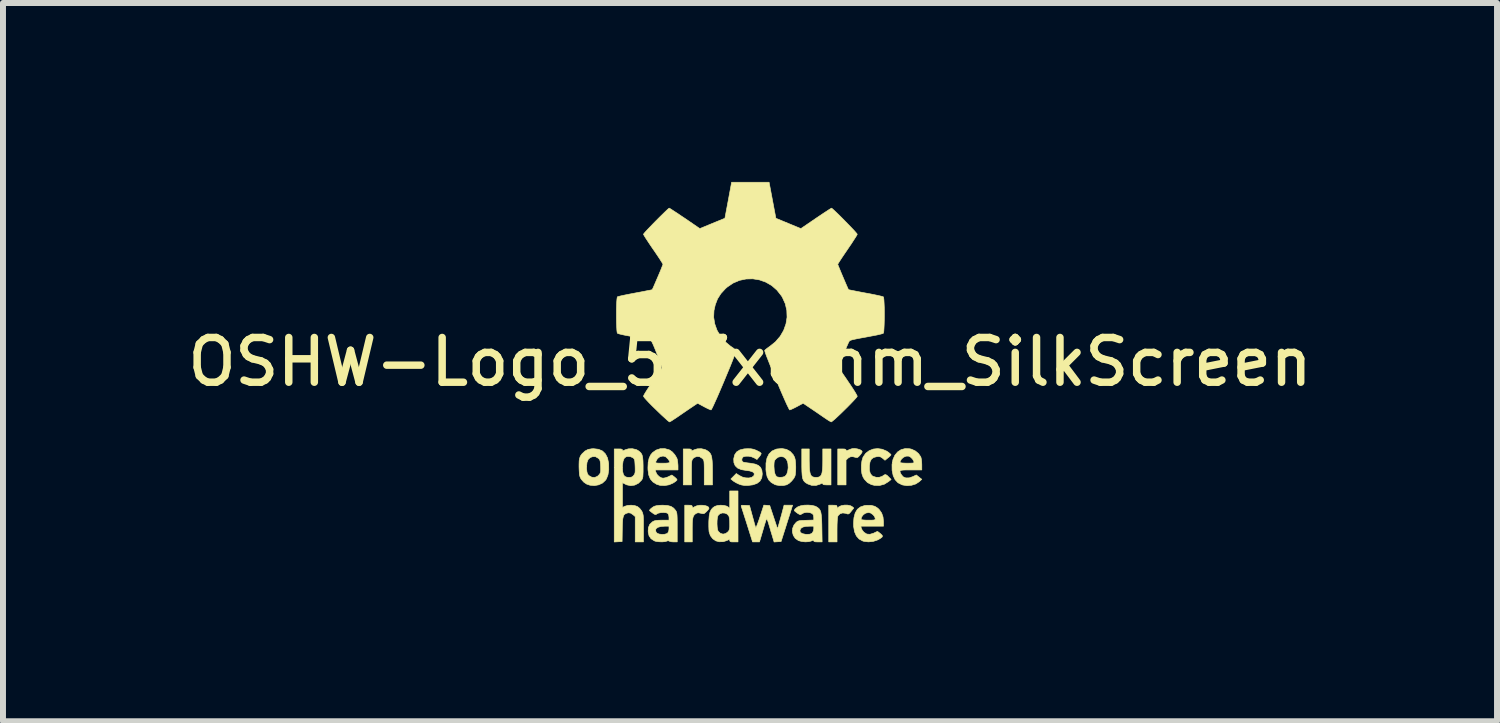
<source format=kicad_pcb>
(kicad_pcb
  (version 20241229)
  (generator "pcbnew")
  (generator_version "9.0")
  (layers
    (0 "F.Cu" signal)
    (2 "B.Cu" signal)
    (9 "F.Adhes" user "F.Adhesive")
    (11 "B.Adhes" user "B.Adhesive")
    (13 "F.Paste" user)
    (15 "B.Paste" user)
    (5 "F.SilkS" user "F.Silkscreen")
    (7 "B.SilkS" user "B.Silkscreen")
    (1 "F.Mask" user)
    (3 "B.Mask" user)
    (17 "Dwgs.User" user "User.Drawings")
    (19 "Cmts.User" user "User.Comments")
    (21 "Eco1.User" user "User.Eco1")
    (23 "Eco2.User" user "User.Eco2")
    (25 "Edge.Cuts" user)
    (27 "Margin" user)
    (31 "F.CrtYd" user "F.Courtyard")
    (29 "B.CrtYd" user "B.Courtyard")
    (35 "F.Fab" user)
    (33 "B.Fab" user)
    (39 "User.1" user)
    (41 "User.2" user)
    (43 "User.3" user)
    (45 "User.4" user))
  (footprint "OSHW-Logo_5.7x6mm_SilkScreen"
    (layer "F.Cu")
    (at 9.523 3.017)
    (property "Reference" "OSHW-Logo_5.7x6mm_SilkScreen" (at 0 0 0) (layer "F.SilkS") (effects (font (size 0.75 0.75) (thickness 0.125))))
    (attr exclude_from_pos_files exclude_from_bom)
    (fp_poly (pts (xy 1.799 1.458) (xy 1.843 1.471) (xy 1.871 1.488) (xy 1.88 1.501) (xy 1.877 1.517) (xy 1.861 1.541) (xy 1.847 1.559) (xy 1.819 1.59) (xy 1.798 1.604) (xy 1.78 1.603) (xy 1.726 1.589) (xy 1.687 1.59) (xy 1.655 1.605) (xy 1.644 1.614) (xy 1.61 1.646) (xy 1.61 2.062) (xy 1.471 2.062) (xy 1.471 1.459) (xy 1.54 1.459) (xy 1.582 1.46) (xy 1.603 1.466) (xy 1.61 1.477) (xy 1.61 1.478) (xy 1.612 1.49) (xy 1.626 1.488) (xy 1.644 1.48) (xy 1.682 1.464) (xy 1.713 1.454) (xy 1.753 1.451) (xy 1.799 1.458)) (stroke (width 0.01) (type solid)) (fill yes) (layer "F.SilkS"))
    (fp_poly (pts (xy 1.635 2.401) (xy 1.684 2.411) (xy 1.711 2.425) (xy 1.74 2.449) (xy 1.699 2.501) (xy 1.673 2.532) (xy 1.656 2.547) (xy 1.639 2.55) (xy 1.614 2.542) (xy 1.602 2.538) (xy 1.554 2.532) (xy 1.51 2.545) (xy 1.478 2.576) (xy 1.473 2.585) (xy 1.467 2.611) (xy 1.463 2.659) (xy 1.46 2.725) (xy 1.459 2.806) (xy 1.459 2.817) (xy 1.459 3.018) (xy 1.32 3.018) (xy 1.32 2.402) (xy 1.389 2.402) (xy 1.429 2.403) (xy 1.45 2.407) (xy 1.458 2.418) (xy 1.459 2.428) (xy 1.459 2.454) (xy 1.492 2.428) (xy 1.53 2.41) (xy 1.581 2.401) (xy 1.635 2.401)) (stroke (width 0.01) (type solid)) (fill yes) (layer "F.SilkS"))
    (fp_poly (pts (xy -0.993 2.403) (xy -0.975 2.409) (xy -0.968 2.421) (xy -0.968 2.427) (xy -0.967 2.442) (xy -0.96 2.445) (xy -0.939 2.434) (xy -0.927 2.427) (xy -0.889 2.411) (xy -0.844 2.403) (xy -0.797 2.403) (xy -0.752 2.409) (xy -0.716 2.42) (xy -0.693 2.436) (xy -0.688 2.456) (xy -0.69 2.462) (xy -0.707 2.485) (xy -0.733 2.513) (xy -0.738 2.517) (xy -0.762 2.538) (xy -0.784 2.545) (xy -0.814 2.54) (xy -0.826 2.537) (xy -0.863 2.529) (xy -0.889 2.533) (xy -0.911 2.545) (xy -0.931 2.561) (xy -0.946 2.581) (xy -0.956 2.609) (xy -0.963 2.648) (xy -0.967 2.704) (xy -0.968 2.779) (xy -0.968 2.824) (xy -0.968 3.018) (xy -1.094 3.018) (xy -1.094 2.402) (xy -1.031 2.402) (xy -0.993 2.403)) (stroke (width 0.01) (type solid)) (fill yes) (layer "F.SilkS"))
    (fp_poly (pts (xy 0.993 1.654) (xy 0.995 1.747) (xy 0.999 1.817) (xy 1.008 1.867) (xy 1.022 1.902) (xy 1.042 1.923) (xy 1.071 1.933) (xy 1.107 1.936) (xy 1.144 1.933) (xy 1.172 1.922) (xy 1.192 1.9) (xy 1.206 1.865) (xy 1.214 1.814) (xy 1.219 1.742) (xy 1.22 1.654) (xy 1.22 1.459) (xy 1.358 1.459) (xy 1.358 2.062) (xy 1.289 2.062) (xy 1.247 2.06) (xy 1.226 2.055) (xy 1.22 2.043) (xy 1.216 2.033) (xy 1.202 2.035) (xy 1.173 2.05) (xy 1.106 2.071) (xy 1.036 2.07) (xy 0.968 2.046) (xy 0.936 2.027) (xy 0.912 2.007) (xy 0.894 1.982) (xy 0.881 1.947) (xy 0.874 1.901) (xy 0.87 1.839) (xy 0.868 1.758) (xy 0.868 1.695) (xy 0.868 1.459) (xy 0.993 1.459) (xy 0.993 1.654)) (stroke (width 0.01) (type solid)) (fill yes) (layer "F.SilkS"))
    (fp_poly (pts (xy -0.754 1.469) (xy -0.723 1.484) (xy -0.692 1.506) (xy -0.669 1.53) (xy -0.652 1.562) (xy -0.641 1.604) (xy -0.634 1.66) (xy -0.63 1.734) (xy -0.629 1.829) (xy -0.629 1.839) (xy -0.629 2.062) (xy -0.767 2.062) (xy -0.767 1.856) (xy -0.767 1.78) (xy -0.768 1.725) (xy -0.77 1.687) (xy -0.773 1.661) (xy -0.779 1.643) (xy -0.788 1.63) (xy -0.8 1.618) (xy -0.843 1.59) (xy -0.89 1.585) (xy -0.934 1.602) (xy -0.95 1.615) (xy -0.961 1.627) (xy -0.969 1.641) (xy -0.975 1.659) (xy -0.978 1.686) (xy -0.98 1.726) (xy -0.981 1.784) (xy -0.981 1.854) (xy -0.981 2.062) (xy -1.119 2.062) (xy -1.119 1.459) (xy -1.05 1.459) (xy -1.008 1.46) (xy -0.987 1.466) (xy -0.981 1.477) (xy -0.981 1.478) (xy -0.978 1.489) (xy -0.965 1.488) (xy -0.94 1.475) (xy -0.883 1.457) (xy -0.817 1.455) (xy -0.754 1.469)) (stroke (width 0.01) (type solid)) (fill yes) (layer "F.SilkS"))
    (fp_poly (pts (xy 2.217 1.464) (xy 2.29 1.495) (xy 2.313 1.51) (xy 2.342 1.533) (xy 2.361 1.551) (xy 2.364 1.557) (xy 2.355 1.57) (xy 2.332 1.593) (xy 2.313 1.608) (xy 2.263 1.649) (xy 2.223 1.615) (xy 2.192 1.594) (xy 2.162 1.586) (xy 2.127 1.588) (xy 2.073 1.602) (xy 2.035 1.63) (xy 2.012 1.675) (xy 2.002 1.741) (xy 2.002 1.741) (xy 2.002 1.815) (xy 2.016 1.869) (xy 2.044 1.906) (xy 2.063 1.918) (xy 2.114 1.934) (xy 2.168 1.934) (xy 2.215 1.919) (xy 2.226 1.911) (xy 2.253 1.893) (xy 2.275 1.889) (xy 2.299 1.903) (xy 2.325 1.929) (xy 2.366 1.971) (xy 2.32 2.008) (xy 2.25 2.051) (xy 2.17 2.072) (xy 2.087 2.07) (xy 2.033 2.056) (xy 1.969 2.022) (xy 1.918 1.968) (xy 1.895 1.93) (xy 1.876 1.876) (xy 1.867 1.806) (xy 1.867 1.731) (xy 1.876 1.659) (xy 1.894 1.599) (xy 1.897 1.593) (xy 1.94 1.532) (xy 1.998 1.488) (xy 2.067 1.461) (xy 2.141 1.453) (xy 2.217 1.464)) (stroke (width 0.01) (type solid)) (fill yes) (layer "F.SilkS"))
    (fp_poly (pts (xy 0.611 1.466) (xy 0.674 1.501) (xy 0.724 1.555) (xy 0.748 1.6) (xy 0.758 1.639) (xy 0.764 1.695) (xy 0.767 1.76) (xy 0.766 1.824) (xy 0.761 1.881) (xy 0.755 1.912) (xy 0.734 1.953) (xy 0.698 1.997) (xy 0.656 2.036) (xy 0.613 2.061) (xy 0.612 2.061) (xy 0.56 2.072) (xy 0.497 2.073) (xy 0.438 2.063) (xy 0.415 2.055) (xy 0.356 2.021) (xy 0.314 1.978) (xy 0.286 1.92) (xy 0.271 1.844) (xy 0.267 1.804) (xy 0.268 1.754) (xy 0.402 1.754) (xy 0.407 1.827) (xy 0.42 1.882) (xy 0.441 1.918) (xy 0.456 1.928) (xy 0.493 1.935) (xy 0.539 1.933) (xy 0.577 1.923) (xy 0.588 1.917) (xy 0.615 1.885) (xy 0.632 1.835) (xy 0.64 1.774) (xy 0.636 1.708) (xy 0.628 1.669) (xy 0.604 1.624) (xy 0.567 1.595) (xy 0.522 1.586) (xy 0.475 1.596) (xy 0.439 1.621) (xy 0.42 1.642) (xy 0.409 1.662) (xy 0.404 1.69) (xy 0.402 1.733) (xy 0.402 1.754) (xy 0.268 1.754) (xy 0.268 1.698) (xy 0.285 1.611) (xy 0.319 1.543) (xy 0.369 1.494) (xy 0.435 1.464) (xy 0.45 1.46) (xy 0.535 1.452) (xy 0.611 1.466)) (stroke (width 0.01) (type solid)) (fill yes) (layer "F.SilkS"))
    (fp_poly (pts (xy 0.282 2.404) (xy 0.331 2.408) (xy 0.461 2.798) (xy 0.482 2.729) (xy 0.494 2.686) (xy 0.51 2.628) (xy 0.528 2.565) (xy 0.537 2.531) (xy 0.571 2.402) (xy 0.714 2.402) (xy 0.672 2.537) (xy 0.651 2.603) (xy 0.625 2.684) (xy 0.599 2.767) (xy 0.575 2.842) (xy 0.521 3.012) (xy 0.463 3.015) (xy 0.404 3.019) (xy 0.373 2.915) (xy 0.353 2.85) (xy 0.332 2.778) (xy 0.313 2.715) (xy 0.313 2.713) (xy 0.299 2.67) (xy 0.286 2.641) (xy 0.278 2.63) (xy 0.276 2.631) (xy 0.27 2.648) (xy 0.258 2.685) (xy 0.242 2.736) (xy 0.224 2.798) (xy 0.214 2.832) (xy 0.159 3.018) (xy 0.043 3.018) (xy -0.049 2.725) (xy -0.075 2.643) (xy -0.099 2.569) (xy -0.119 2.506) (xy -0.135 2.457) (xy -0.145 2.426) (xy -0.148 2.417) (xy -0.146 2.407) (xy -0.127 2.403) (xy -0.087 2.404) (xy -0.081 2.404) (xy -0.008 2.408) (xy 0.04 2.584) (xy 0.058 2.648) (xy 0.073 2.705) (xy 0.086 2.748) (xy 0.094 2.775) (xy 0.095 2.779) (xy 0.101 2.774) (xy 0.113 2.749) (xy 0.13 2.706) (xy 0.15 2.65) (xy 0.167 2.599) (xy 0.232 2.401) (xy 0.282 2.404)) (stroke (width 0.01) (type solid)) (fill yes) (layer "F.SilkS"))
    (fp_poly (pts (xy -2.538 1.465) (xy -2.472 1.494) (xy -2.423 1.543) (xy -2.388 1.611) (xy -2.37 1.699) (xy -2.369 1.712) (xy -2.368 1.809) (xy -2.381 1.894) (xy -2.408 1.962) (xy -2.423 1.984) (xy -2.473 2.031) (xy -2.538 2.061) (xy -2.61 2.074) (xy -2.683 2.067) (xy -2.739 2.048) (xy -2.787 2.015) (xy -2.826 1.971) (xy -2.827 1.97) (xy -2.843 1.943) (xy -2.853 1.916) (xy -2.86 1.882) (xy -2.863 1.834) (xy -2.865 1.795) (xy -2.866 1.759) (xy -2.74 1.759) (xy -2.739 1.795) (xy -2.734 1.842) (xy -2.726 1.872) (xy -2.712 1.894) (xy -2.699 1.907) (xy -2.652 1.933) (xy -2.603 1.937) (xy -2.557 1.918) (xy -2.534 1.896) (xy -2.517 1.875) (xy -2.507 1.854) (xy -2.503 1.828) (xy -2.503 1.788) (xy -2.504 1.751) (xy -2.507 1.698) (xy -2.512 1.664) (xy -2.52 1.641) (xy -2.533 1.624) (xy -2.544 1.615) (xy -2.589 1.589) (xy -2.637 1.588) (xy -2.678 1.603) (xy -2.713 1.635) (xy -2.733 1.687) (xy -2.74 1.759) (xy -2.866 1.759) (xy -2.866 1.717) (xy -2.864 1.658) (xy -2.856 1.614) (xy -2.843 1.579) (xy -2.822 1.549) (xy -2.814 1.539) (xy -2.766 1.494) (xy -2.714 1.467) (xy -2.651 1.456) (xy -2.62 1.455) (xy -2.538 1.465)) (stroke (width 0.01) (type solid)) (fill yes) (layer "F.SilkS"))
    (fp_poly (pts (xy -0.201 3.018) (xy -0.27 3.018) (xy -0.31 3.017) (xy -0.331 3.012) (xy -0.339 3.001) (xy -0.34 2.994) (xy -0.341 2.98) (xy -0.349 2.977) (xy -0.37 2.986) (xy -0.386 2.994) (xy -0.449 3.014) (xy -0.517 3.015) (xy -0.573 3) (xy -0.624 2.965) (xy -0.664 2.913) (xy -0.685 2.851) (xy -0.686 2.848) (xy -0.689 2.811) (xy -0.691 2.757) (xy -0.691 2.716) (xy -0.553 2.716) (xy -0.55 2.77) (xy -0.543 2.815) (xy -0.533 2.84) (xy -0.496 2.874) (xy -0.452 2.887) (xy -0.407 2.877) (xy -0.368 2.847) (xy -0.353 2.827) (xy -0.345 2.803) (xy -0.34 2.768) (xy -0.34 2.716) (xy -0.341 2.664) (xy -0.346 2.619) (xy -0.353 2.588) (xy -0.354 2.585) (xy -0.38 2.553) (xy -0.42 2.535) (xy -0.463 2.532) (xy -0.504 2.545) (xy -0.534 2.573) (xy -0.537 2.578) (xy -0.547 2.612) (xy -0.552 2.661) (xy -0.553 2.716) (xy -0.691 2.716) (xy -0.691 2.696) (xy -0.69 2.663) (xy -0.684 2.581) (xy -0.671 2.52) (xy -0.649 2.474) (xy -0.618 2.441) (xy -0.587 2.421) (xy -0.544 2.407) (xy -0.491 2.402) (xy -0.436 2.406) (xy -0.39 2.418) (xy -0.365 2.433) (xy -0.34 2.456) (xy -0.34 2.163) (xy -0.201 2.163) (xy -0.201 3.018)) (stroke (width 0.01) (type solid)) (fill yes) (layer "F.SilkS"))
    (fp_poly (pts (xy 2.678 1.456) (xy 2.71 1.464) (xy 2.772 1.493) (xy 2.825 1.537) (xy 2.861 1.589) (xy 2.866 1.601) (xy 2.873 1.632) (xy 2.878 1.677) (xy 2.88 1.723) (xy 2.88 1.811) (xy 2.697 1.811) (xy 2.622 1.811) (xy 2.569 1.813) (xy 2.535 1.817) (xy 2.518 1.826) (xy 2.514 1.84) (xy 2.521 1.86) (xy 2.533 1.884) (xy 2.566 1.925) (xy 2.612 1.945) (xy 2.669 1.944) (xy 2.733 1.922) (xy 2.788 1.895) (xy 2.834 1.932) (xy 2.88 1.968) (xy 2.837 2.008) (xy 2.779 2.046) (xy 2.708 2.068) (xy 2.632 2.075) (xy 2.558 2.063) (xy 2.546 2.059) (xy 2.481 2.026) (xy 2.433 1.975) (xy 2.4 1.906) (xy 2.382 1.818) (xy 2.382 1.816) (xy 2.381 1.72) (xy 2.387 1.686) (xy 2.515 1.686) (xy 2.527 1.691) (xy 2.558 1.695) (xy 2.605 1.697) (xy 2.635 1.698) (xy 2.691 1.697) (xy 2.725 1.696) (xy 2.744 1.692) (xy 2.75 1.685) (xy 2.748 1.674) (xy 2.747 1.669) (xy 2.724 1.627) (xy 2.689 1.594) (xy 2.658 1.579) (xy 2.616 1.58) (xy 2.574 1.598) (xy 2.539 1.629) (xy 2.518 1.666) (xy 2.515 1.686) (xy 2.387 1.686) (xy 2.397 1.635) (xy 2.429 1.564) (xy 2.475 1.509) (xy 2.533 1.471) (xy 2.601 1.453) (xy 2.678 1.456)) (stroke (width 0.01) (type solid)) (fill yes) (layer "F.SilkS"))
    (fp_poly (pts (xy 0.014 1.456) (xy 0.062 1.465) (xy 0.111 1.484) (xy 0.116 1.487) (xy 0.154 1.506) (xy 0.18 1.525) (xy 0.188 1.537) (xy 0.18 1.556) (xy 0.161 1.584) (xy 0.152 1.594) (xy 0.117 1.636) (xy 0.071 1.609) (xy 0.027 1.591) (xy -0.023 1.581) (xy -0.071 1.581) (xy -0.109 1.59) (xy -0.117 1.595) (xy -0.135 1.621) (xy -0.137 1.651) (xy -0.124 1.674) (xy -0.116 1.679) (xy -0.094 1.684) (xy -0.054 1.691) (xy -0.005 1.697) (xy 0.004 1.698) (xy 0.083 1.712) (xy 0.14 1.735) (xy 0.178 1.77) (xy 0.199 1.818) (xy 0.206 1.878) (xy 0.197 1.945) (xy 0.167 1.998) (xy 0.117 2.037) (xy 0.047 2.061) (xy -0.031 2.071) (xy -0.095 2.071) (xy -0.147 2.062) (xy -0.182 2.05) (xy -0.227 2.029) (xy -0.268 2.005) (xy -0.283 1.994) (xy -0.321 1.963) (xy -0.275 1.917) (xy -0.23 1.871) (xy -0.178 1.905) (xy -0.126 1.931) (xy -0.071 1.944) (xy -0.017 1.946) (xy 0.028 1.935) (xy 0.06 1.914) (xy 0.07 1.895) (xy 0.069 1.865) (xy 0.043 1.843) (xy -0.007 1.827) (xy -0.061 1.82) (xy -0.145 1.806) (xy -0.207 1.78) (xy -0.248 1.741) (xy -0.27 1.688) (xy -0.273 1.625) (xy -0.258 1.56) (xy -0.225 1.51) (xy -0.171 1.476) (xy -0.099 1.458) (xy -0.045 1.455) (xy 0.014 1.456)) (stroke (width 0.01) (type solid)) (fill yes) (layer "F.SilkS"))
    (fp_poly (pts (xy 2.033 2.405) (xy 2.093 2.421) (xy 2.143 2.453) (xy 2.167 2.477) (xy 2.207 2.534) (xy 2.23 2.6) (xy 2.238 2.681) (xy 2.238 2.688) (xy 2.238 2.754) (xy 1.858 2.754) (xy 1.866 2.788) (xy 1.881 2.82) (xy 1.907 2.852) (xy 1.912 2.857) (xy 1.958 2.886) (xy 2.01 2.89) (xy 2.071 2.872) (xy 2.081 2.867) (xy 2.112 2.852) (xy 2.133 2.843) (xy 2.137 2.842) (xy 2.15 2.85) (xy 2.174 2.869) (xy 2.187 2.879) (xy 2.212 2.903) (xy 2.221 2.919) (xy 2.215 2.934) (xy 2.212 2.938) (xy 2.191 2.955) (xy 2.156 2.976) (xy 2.131 2.988) (xy 2.062 3.01) (xy 1.985 3.017) (xy 1.913 3.009) (xy 1.892 3.003) (xy 1.829 2.969) (xy 1.783 2.917) (xy 1.752 2.846) (xy 1.737 2.757) (xy 1.736 2.71) (xy 1.74 2.641) (xy 1.861 2.641) (xy 1.873 2.646) (xy 1.904 2.65) (xy 1.95 2.653) (xy 1.98 2.653) (xy 2.036 2.653) (xy 2.071 2.651) (xy 2.09 2.647) (xy 2.098 2.639) (xy 2.1 2.628) (xy 2.089 2.594) (xy 2.062 2.561) (xy 2.026 2.535) (xy 1.991 2.525) (xy 1.942 2.534) (xy 1.9 2.561) (xy 1.871 2.6) (xy 1.861 2.641) (xy 1.74 2.641) (xy 1.743 2.61) (xy 1.764 2.531) (xy 1.8 2.471) (xy 1.852 2.431) (xy 1.92 2.408) (xy 1.957 2.404) (xy 2.033 2.405)) (stroke (width 0.01) (type solid)) (fill yes) (layer "F.SilkS"))
    (fp_poly (pts (xy -1.357 1.473) (xy -1.344 1.479) (xy -1.301 1.51) (xy -1.26 1.557) (xy -1.229 1.608) (xy -1.22 1.631) (xy -1.213 1.673) (xy -1.208 1.724) (xy -1.207 1.745) (xy -1.207 1.811) (xy -1.587 1.811) (xy -1.579 1.845) (xy -1.559 1.886) (xy -1.524 1.922) (xy -1.483 1.944) (xy -1.457 1.949) (xy -1.421 1.943) (xy -1.378 1.929) (xy -1.364 1.922) (xy -1.31 1.896) (xy -1.265 1.93) (xy -1.238 1.954) (xy -1.224 1.973) (xy -1.223 1.979) (xy -1.236 1.993) (xy -1.263 2.014) (xy -1.288 2.03) (xy -1.356 2.06) (xy -1.431 2.073) (xy -1.506 2.07) (xy -1.565 2.052) (xy -1.627 2.013) (xy -1.671 1.962) (xy -1.698 1.895) (xy -1.71 1.811) (xy -1.711 1.773) (xy -1.707 1.685) (xy -1.706 1.682) (xy -1.581 1.682) (xy -1.577 1.691) (xy -1.563 1.695) (xy -1.533 1.697) (xy -1.485 1.698) (xy -1.466 1.698) (xy -1.408 1.697) (xy -1.372 1.694) (xy -1.353 1.689) (xy -1.346 1.681) (xy -1.345 1.679) (xy -1.353 1.658) (xy -1.373 1.63) (xy -1.382 1.62) (xy -1.413 1.591) (xy -1.446 1.58) (xy -1.464 1.579) (xy -1.512 1.591) (xy -1.552 1.622) (xy -1.577 1.668) (xy -1.578 1.669) (xy -1.581 1.682) (xy -1.706 1.682) (xy -1.692 1.616) (xy -1.666 1.56) (xy -1.634 1.521) (xy -1.574 1.478) (xy -1.504 1.455) (xy -1.43 1.453) (xy -1.357 1.473)) (stroke (width 0.01) (type solid)) (fill yes) (layer "F.SilkS"))
    (fp_poly (pts (xy 1.038 2.405) (xy 1.091 2.418) (xy 1.107 2.425) (xy 1.136 2.443) (xy 1.159 2.463) (xy 1.176 2.489) (xy 1.188 2.524) (xy 1.196 2.572) (xy 1.201 2.636) (xy 1.204 2.72) (xy 1.205 2.776) (xy 1.209 3.018) (xy 1.139 3.018) (xy 1.096 3.016) (xy 1.074 3.01) (xy 1.069 3) (xy 1.066 2.989) (xy 1.052 2.991) (xy 1.034 3) (xy 0.989 3.013) (xy 0.93 3.017) (xy 0.868 3.011) (xy 0.814 2.996) (xy 0.809 2.993) (xy 0.759 2.958) (xy 0.726 2.909) (xy 0.711 2.852) (xy 0.712 2.832) (xy 0.836 2.832) (xy 0.846 2.859) (xy 0.879 2.879) (xy 0.931 2.89) (xy 0.959 2.891) (xy 1.005 2.888) (xy 1.036 2.874) (xy 1.044 2.867) (xy 1.064 2.831) (xy 1.069 2.798) (xy 1.069 2.754) (xy 1.008 2.754) (xy 0.936 2.757) (xy 0.886 2.769) (xy 0.855 2.789) (xy 0.848 2.798) (xy 0.836 2.832) (xy 0.712 2.832) (xy 0.714 2.792) (xy 0.737 2.735) (xy 0.768 2.697) (xy 0.786 2.68) (xy 0.805 2.669) (xy 0.829 2.662) (xy 0.864 2.658) (xy 0.917 2.656) (xy 0.938 2.655) (xy 1.069 2.651) (xy 1.069 2.611) (xy 1.064 2.569) (xy 1.045 2.544) (xy 1.008 2.528) (xy 1.007 2.528) (xy 0.954 2.521) (xy 0.903 2.53) (xy 0.865 2.55) (xy 0.849 2.56) (xy 0.833 2.558) (xy 0.807 2.544) (xy 0.792 2.534) (xy 0.763 2.512) (xy 0.745 2.496) (xy 0.742 2.491) (xy 0.754 2.467) (xy 0.789 2.438) (xy 0.805 2.428) (xy 0.849 2.412) (xy 0.908 2.402) (xy 0.974 2.4) (xy 1.038 2.405)) (stroke (width 0.01) (type solid)) (fill yes) (layer "F.SilkS"))
    (fp_poly (pts (xy -1.384 2.407) (xy -1.325 2.422) (xy -1.28 2.451) (xy -1.248 2.488) (xy -1.238 2.504) (xy -1.231 2.521) (xy -1.226 2.543) (xy -1.223 2.573) (xy -1.221 2.615) (xy -1.22 2.674) (xy -1.22 2.753) (xy -1.22 2.774) (xy -1.22 3.018) (xy -1.28 3.018) (xy -1.319 3.015) (xy -1.347 3.008) (xy -1.354 3.004) (xy -1.374 2.997) (xy -1.394 3.004) (xy -1.426 3.013) (xy -1.474 3.017) (xy -1.527 3.015) (xy -1.575 3.009) (xy -1.603 3) (xy -1.658 2.965) (xy -1.692 2.916) (xy -1.707 2.852) (xy -1.707 2.85) (xy -1.706 2.822) (xy -1.584 2.822) (xy -1.574 2.854) (xy -1.556 2.873) (xy -1.522 2.886) (xy -1.476 2.892) (xy -1.429 2.889) (xy -1.392 2.878) (xy -1.381 2.871) (xy -1.363 2.839) (xy -1.358 2.802) (xy -1.358 2.754) (xy -1.428 2.754) (xy -1.494 2.759) (xy -1.544 2.773) (xy -1.575 2.796) (xy -1.584 2.822) (xy -1.706 2.822) (xy -1.704 2.78) (xy -1.681 2.724) (xy -1.637 2.682) (xy -1.631 2.678) (xy -1.605 2.665) (xy -1.573 2.658) (xy -1.528 2.654) (xy -1.474 2.653) (xy -1.358 2.653) (xy -1.358 2.604) (xy -1.363 2.567) (xy -1.376 2.541) (xy -1.377 2.54) (xy -1.405 2.529) (xy -1.447 2.525) (xy -1.494 2.527) (xy -1.535 2.535) (xy -1.56 2.547) (xy -1.573 2.557) (xy -1.587 2.559) (xy -1.607 2.551) (xy -1.636 2.531) (xy -1.68 2.497) (xy -1.684 2.494) (xy -1.682 2.482) (xy -1.665 2.463) (xy -1.638 2.441) (xy -1.61 2.423) (xy -1.6 2.419) (xy -1.567 2.41) (xy -1.519 2.404) (xy -1.465 2.402) (xy -1.462 2.402) (xy -1.384 2.407)) (stroke (width 0.01) (type solid)) (fill yes) (layer "F.SilkS"))
    (fp_poly (pts (xy -1.909 1.469) (xy -1.882 1.482) (xy -1.85 1.505) (xy -1.826 1.53) (xy -1.809 1.561) (xy -1.799 1.603) (xy -1.794 1.66) (xy -1.792 1.736) (xy -1.792 1.769) (xy -1.792 1.841) (xy -1.794 1.892) (xy -1.796 1.927) (xy -1.802 1.952) (xy -1.81 1.97) (xy -1.818 1.982) (xy -1.87 2.034) (xy -1.932 2.065) (xy -1.999 2.075) (xy -2.066 2.061) (xy -2.087 2.051) (xy -2.138 2.025) (xy -2.138 2.44) (xy -2.101 2.421) (xy -2.052 2.406) (xy -1.992 2.402) (xy -1.932 2.409) (xy -1.886 2.425) (xy -1.849 2.455) (xy -1.817 2.498) (xy -1.814 2.502) (xy -1.804 2.523) (xy -1.797 2.544) (xy -1.791 2.57) (xy -1.788 2.604) (xy -1.786 2.651) (xy -1.786 2.715) (xy -1.786 2.787) (xy -1.786 3.018) (xy -1.924 3.018) (xy -1.924 2.593) (xy -1.963 2.56) (xy -2.003 2.534) (xy -2.041 2.529) (xy -2.079 2.541) (xy -2.099 2.553) (xy -2.115 2.57) (xy -2.125 2.596) (xy -2.133 2.634) (xy -2.137 2.688) (xy -2.14 2.761) (xy -2.141 2.81) (xy -2.144 3.012) (xy -2.21 3.015) (xy -2.276 3.019) (xy -2.276 1.771) (xy -2.138 1.771) (xy -2.134 1.84) (xy -2.122 1.889) (xy -2.1 1.919) (xy -2.066 1.933) (xy -2.031 1.936) (xy -1.991 1.933) (xy -1.965 1.92) (xy -1.949 1.902) (xy -1.936 1.883) (xy -1.928 1.862) (xy -1.925 1.832) (xy -1.925 1.787) (xy -1.926 1.75) (xy -1.929 1.694) (xy -1.932 1.657) (xy -1.939 1.633) (xy -1.95 1.617) (xy -1.96 1.608) (xy -2.002 1.589) (xy -2.052 1.585) (xy -2.08 1.592) (xy -2.109 1.616) (xy -2.128 1.664) (xy -2.137 1.734) (xy -2.138 1.771) (xy -2.276 1.771) (xy -2.276 1.459) (xy -2.207 1.459) (xy -2.165 1.46) (xy -2.144 1.466) (xy -2.138 1.477) (xy -2.138 1.478) (xy -2.135 1.489) (xy -2.122 1.488) (xy -2.097 1.475) (xy -2.038 1.457) (xy -1.972 1.455) (xy -1.909 1.469)) (stroke (width 0.01) (type solid)) (fill yes) (layer "F.SilkS"))
    (fp_poly (pts (xy 0.377 -2.71) (xy 0.434 -2.408) (xy 0.853 -2.235) (xy 1.105 -2.407) (xy 1.175 -2.454) (xy 1.239 -2.497) (xy 1.293 -2.532) (xy 1.334 -2.559) (xy 1.36 -2.574) (xy 1.367 -2.578) (xy 1.379 -2.569) (xy 1.406 -2.545) (xy 1.444 -2.509) (xy 1.491 -2.464) (xy 1.542 -2.413) (xy 1.596 -2.358) (xy 1.649 -2.304) (xy 1.698 -2.253) (xy 1.741 -2.208) (xy 1.773 -2.172) (xy 1.793 -2.148) (xy 1.798 -2.14) (xy 1.791 -2.125) (xy 1.772 -2.093) (xy 1.742 -2.047) (xy 1.705 -1.989) (xy 1.66 -1.923) (xy 1.635 -1.886) (xy 1.588 -1.817) (xy 1.546 -1.755) (xy 1.512 -1.703) (xy 1.487 -1.664) (xy 1.473 -1.641) (xy 1.471 -1.636) (xy 1.476 -1.622) (xy 1.489 -1.59) (xy 1.508 -1.544) (xy 1.531 -1.488) (xy 1.557 -1.427) (xy 1.583 -1.366) (xy 1.607 -1.31) (xy 1.628 -1.262) (xy 1.643 -1.228) (xy 1.651 -1.211) (xy 1.652 -1.211) (xy 1.665 -1.208) (xy 1.699 -1.201) (xy 1.75 -1.191) (xy 1.816 -1.178) (xy 1.893 -1.163) (xy 1.937 -1.155) (xy 2.019 -1.14) (xy 2.093 -1.125) (xy 2.155 -1.112) (xy 2.202 -1.101) (xy 2.23 -1.093) (xy 2.235 -1.091) (xy 2.241 -1.074) (xy 2.245 -1.037) (xy 2.248 -0.983) (xy 2.251 -0.917) (xy 2.252 -0.844) (xy 2.252 -0.767) (xy 2.251 -0.691) (xy 2.249 -0.621) (xy 2.246 -0.56) (xy 2.243 -0.514) (xy 2.238 -0.486) (xy 2.235 -0.48) (xy 2.217 -0.473) (xy 2.179 -0.463) (xy 2.127 -0.451) (xy 2.065 -0.439) (xy 2.043 -0.435) (xy 1.938 -0.415) (xy 1.855 -0.4) (xy 1.792 -0.388) (xy 1.745 -0.378) (xy 1.711 -0.37) (xy 1.689 -0.363) (xy 1.676 -0.357) (xy 1.667 -0.351) (xy 1.666 -0.35) (xy 1.655 -0.331) (xy 1.638 -0.294) (xy 1.616 -0.244) (xy 1.592 -0.185) (xy 1.567 -0.121) (xy 1.543 -0.058) (xy 1.522 0.001) (xy 1.505 0.05) (xy 1.494 0.086) (xy 1.492 0.104) (xy 1.492 0.104) (xy 1.501 0.119) (xy 1.523 0.151) (xy 1.554 0.197) (xy 1.593 0.253) (xy 1.637 0.318) (xy 1.649 0.336) (xy 1.694 0.402) (xy 1.733 0.462) (xy 1.765 0.513) (xy 1.787 0.552) (xy 1.798 0.574) (xy 1.798 0.576) (xy 1.789 0.591) (xy 1.765 0.619) (xy 1.729 0.658) (xy 1.683 0.706) (xy 1.632 0.758) (xy 1.577 0.812) (xy 1.523 0.865) (xy 1.472 0.913) (xy 1.427 0.955) (xy 1.391 0.985) (xy 1.368 1.003) (xy 1.362 1.006) (xy 1.347 0.999) (xy 1.316 0.981) (xy 1.275 0.954) (xy 1.244 0.933) (xy 1.187 0.894) (xy 1.119 0.847) (xy 1.051 0.801) (xy 1.014 0.776) (xy 0.891 0.693) (xy 0.787 0.749) (xy 0.74 0.773) (xy 0.7 0.792) (xy 0.672 0.803) (xy 0.665 0.805) (xy 0.657 0.794) (xy 0.641 0.762) (xy 0.617 0.713) (xy 0.588 0.649) (xy 0.555 0.574) (xy 0.518 0.489) (xy 0.48 0.399) (xy 0.441 0.306) (xy 0.402 0.213) (xy 0.365 0.123) (xy 0.331 0.039) (xy 0.301 -0.037) (xy 0.276 -0.1) (xy 0.258 -0.15) (xy 0.248 -0.182) (xy 0.246 -0.193) (xy 0.259 -0.206) (xy 0.288 -0.229) (xy 0.325 -0.256) (xy 0.329 -0.258) (xy 0.426 -0.336) (xy 0.505 -0.427) (xy 0.564 -0.528) (xy 0.603 -0.637) (xy 0.621 -0.749) (xy 0.617 -0.863) (xy 0.591 -0.976) (xy 0.542 -1.084) (xy 0.527 -1.108) (xy 0.452 -1.203) (xy 0.364 -1.28) (xy 0.265 -1.337) (xy 0.158 -1.375) (xy 0.047 -1.393) (xy -0.066 -1.39) (xy -0.176 -1.367) (xy -0.282 -1.322) (xy -0.38 -1.256) (xy -0.41 -1.23) (xy -0.488 -1.145) (xy -0.544 -1.057) (xy -0.582 -0.958) (xy -0.604 -0.86) (xy -0.609 -0.749) (xy -0.591 -0.638) (xy -0.553 -0.531) (xy -0.494 -0.43) (xy -0.418 -0.34) (xy -0.327 -0.264) (xy -0.315 -0.256) (xy -0.277 -0.23) (xy -0.248 -0.207) (xy -0.234 -0.193) (xy -0.234 -0.193) (xy -0.237 -0.177) (xy -0.248 -0.141) (xy -0.268 -0.089) (xy -0.293 -0.023) (xy -0.324 0.055) (xy -0.359 0.14) (xy -0.397 0.231) (xy -0.436 0.325) (xy -0.475 0.417) (xy -0.513 0.506) (xy -0.549 0.589) (xy -0.582 0.662) (xy -0.61 0.724) (xy -0.632 0.77) (xy -0.647 0.797) (xy -0.653 0.805) (xy -0.671 0.799) (xy -0.706 0.784) (xy -0.75 0.762) (xy -0.774 0.749) (xy -0.878 0.693) (xy -1.002 0.776) (xy -1.065 0.819) (xy -1.134 0.866) (xy -1.199 0.911) (xy -1.231 0.933) (xy -1.277 0.963) (xy -1.315 0.988) (xy -1.342 1.003) (xy -1.351 1.006) (xy -1.363 0.997) (xy -1.391 0.974) (xy -1.431 0.937) (xy -1.482 0.891) (xy -1.539 0.836) (xy -1.575 0.801) (xy -1.639 0.739) (xy -1.694 0.683) (xy -1.738 0.636) (xy -1.769 0.601) (xy -1.784 0.579) (xy -1.786 0.575) (xy -1.779 0.558) (xy -1.76 0.524) (xy -1.73 0.476) (xy -1.693 0.419) (xy -1.649 0.354) (xy -1.637 0.336) (xy -1.592 0.27) (xy -1.551 0.211) (xy -1.518 0.162) (xy -1.493 0.126) (xy -1.481 0.107) (xy -1.479 0.104) (xy -1.481 0.089) (xy -1.491 0.055) (xy -1.507 0.006) (xy -1.528 -0.052) (xy -1.552 -0.115) (xy -1.577 -0.178) (xy -1.601 -0.238) (xy -1.623 -0.29) (xy -1.641 -0.328) (xy -1.653 -0.349) (xy -1.654 -0.35) (xy -1.661 -0.356) (xy -1.674 -0.362) (xy -1.694 -0.369) (xy -1.725 -0.376) (xy -1.769 -0.386) (xy -1.829 -0.397) (xy -1.908 -0.412) (xy -2.009 -0.431) (xy -2.03 -0.435) (xy -2.095 -0.447) (xy -2.151 -0.459) (xy -2.194 -0.47) (xy -2.219 -0.478) (xy -2.222 -0.48) (xy -2.228 -0.497) (xy -2.232 -0.534) (xy -2.235 -0.588) (xy -2.238 -0.654) (xy -2.239 -0.728) (xy -2.239 -0.804) (xy -2.239 -0.88) (xy -2.237 -0.95) (xy -2.234 -1.011) (xy -2.23 -1.057) (xy -2.225 -1.085) (xy -2.223 -1.091) (xy -2.206 -1.096) (xy -2.169 -1.106) (xy -2.114 -1.118) (xy -2.045 -1.132) (xy -1.967 -1.147) (xy -1.925 -1.155) (xy -1.844 -1.17) (xy -1.772 -1.184) (xy -1.712 -1.196) (xy -1.668 -1.204) (xy -1.643 -1.21) (xy -1.639 -1.211) (xy -1.633 -1.224) (xy -1.618 -1.256) (xy -1.598 -1.302) (xy -1.574 -1.358) (xy -1.548 -1.418) (xy -1.522 -1.479) (xy -1.498 -1.536) (xy -1.479 -1.584) (xy -1.465 -1.619) (xy -1.459 -1.636) (xy -1.459 -1.637) (xy -1.465 -1.65) (xy -1.485 -1.681) (xy -1.514 -1.727) (xy -1.552 -1.784) (xy -1.596 -1.849) (xy -1.622 -1.886) (xy -1.669 -1.955) (xy -1.71 -2.017) (xy -1.745 -2.07) (xy -1.77 -2.11) (xy -1.784 -2.135) (xy -1.786 -2.14) (xy -1.777 -2.153) (xy -1.754 -2.18) (xy -1.718 -2.219) (xy -1.673 -2.266) (xy -1.623 -2.318) (xy -1.569 -2.373) (xy -1.516 -2.426) (xy -1.465 -2.476) (xy -1.421 -2.519) (xy -1.385 -2.553) (xy -1.362 -2.573) (xy -1.354 -2.578) (xy -1.341 -2.571) (xy -1.311 -2.552) (xy -1.265 -2.522) (xy -1.208 -2.485) (xy -1.142 -2.44) (xy -1.092 -2.407) (xy -0.841 -2.235) (xy -0.631 -2.322) (xy -0.421 -2.408) (xy -0.364 -2.71) (xy -0.308 -3.012) (xy 0.32 -3.012) (xy 0.377 -2.71)) (stroke (width 0.01) (type solid)) (fill yes) (layer "F.SilkS")))
  (gr_rect
    (start -3 -3)
    (end 22.046 9.041)
    (stroke (width 0.1) (type default))
    (fill no)
    (layer "Edge.Cuts")))
</source>
